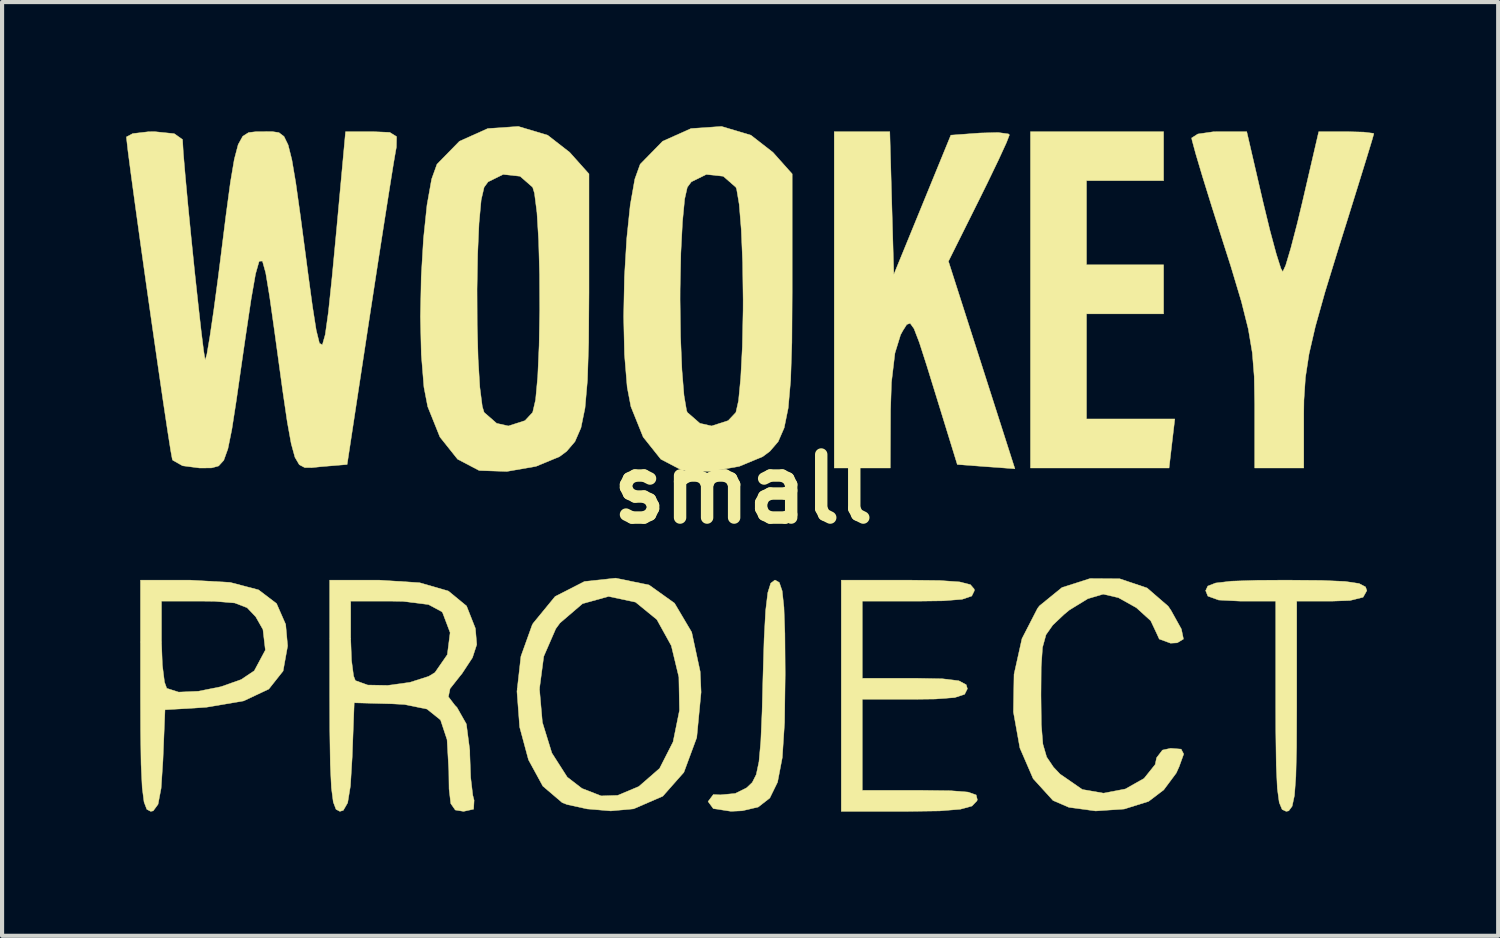
<source format=kicad_pcb>
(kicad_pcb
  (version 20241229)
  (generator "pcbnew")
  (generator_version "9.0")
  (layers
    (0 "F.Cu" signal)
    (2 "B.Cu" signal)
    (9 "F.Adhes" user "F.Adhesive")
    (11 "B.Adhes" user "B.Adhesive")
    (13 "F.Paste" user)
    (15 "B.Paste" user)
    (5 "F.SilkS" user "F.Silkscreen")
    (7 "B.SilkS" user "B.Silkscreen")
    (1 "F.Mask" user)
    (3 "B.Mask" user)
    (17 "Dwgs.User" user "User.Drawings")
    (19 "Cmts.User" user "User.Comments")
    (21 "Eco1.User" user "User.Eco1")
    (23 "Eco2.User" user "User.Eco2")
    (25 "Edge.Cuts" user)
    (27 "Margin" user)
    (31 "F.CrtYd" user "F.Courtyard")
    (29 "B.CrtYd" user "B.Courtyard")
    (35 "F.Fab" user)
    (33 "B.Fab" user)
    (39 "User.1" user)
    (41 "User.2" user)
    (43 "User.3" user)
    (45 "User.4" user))
  (footprint "small"
    (layer "F.Cu")
    (at 14.907 8.767)
    (property "Reference" "small" (at 0 0 0) (layer "F.SilkS") (effects (font (size 1.524 1.524) (thickness 0.3))))
    (attr through_hole)
    (fp_poly (pts (xy 10.16 -7.451) (xy 8.297 -7.451) (xy 8.297 -5.419) (xy 10.16 -5.419) (xy 10.16 -4.233) (xy 8.297 -4.233) (xy 8.297 -1.693) (xy 10.431 -1.693) (xy 10.361 -1.101) (xy 10.292 -0.508) (xy 6.943 -0.508) (xy 6.943 -8.636) (xy 10.16 -8.636) (xy 10.16 -7.451)) (stroke (width 0.01) (type solid)) (fill yes) (layer "F.SilkS"))
    (fp_poly (pts (xy 0.874 2.258) (xy 0.943 2.461) (xy 0.986 2.857) (xy 1.009 3.493) (xy 1.016 4.417) (xy 1.016 4.498) (xy 1.001 5.641) (xy 0.946 6.489) (xy 0.832 7.083) (xy 0.644 7.467) (xy 0.365 7.684) (xy -0.024 7.775) (xy -0.296 7.787) (xy -0.721 7.722) (xy -0.847 7.551) (xy -0.72 7.382) (xy -0.55 7.39) (xy -0.19 7.356) (xy 0.085 7.219) (xy 0.22 7.091) (xy 0.317 6.899) (xy 0.383 6.587) (xy 0.427 6.098) (xy 0.458 5.373) (xy 0.478 4.586) (xy 0.507 3.614) (xy 0.544 2.936) (xy 0.596 2.504) (xy 0.667 2.275) (xy 0.764 2.202) (xy 0.775 2.201) (xy 0.874 2.258)) (stroke (width 0.01) (type solid)) (fill yes) (layer "F.SilkS"))
    (fp_poly (pts (xy 3.592 -6.91) (xy 3.641 -5.185) (xy 4.33 -6.868) (xy 5.019 -8.551) (xy 5.727 -8.603) (xy 6.161 -8.615) (xy 6.411 -8.581) (xy 6.435 -8.558) (xy 6.364 -8.374) (xy 6.173 -7.958) (xy 5.895 -7.381) (xy 5.698 -6.982) (xy 4.961 -5.503) (xy 5.764 -2.997) (xy 6.567 -0.49) (xy 5.871 -0.541) (xy 5.175 -0.593) (xy 4.705 -2.117) (xy 4.441 -2.971) (xy 4.257 -3.543) (xy 4.129 -3.875) (xy 4.036 -4.005) (xy 3.954 -3.976) (xy 3.86 -3.828) (xy 3.804 -3.725) (xy 3.668 -3.284) (xy 3.584 -2.577) (xy 3.562 -1.905) (xy 3.556 -0.508) (xy 2.201 -0.508) (xy 2.201 -8.636) (xy 3.544 -8.636) (xy 3.592 -6.91)) (stroke (width 0.01) (type solid)) (fill yes) (layer "F.SilkS"))
    (fp_poly (pts (xy 13.978 2.208) (xy 14.548 2.233) (xy 14.884 2.283) (xy 15.04 2.365) (xy 15.071 2.455) (xy 14.98 2.615) (xy 14.666 2.693) (xy 14.224 2.709) (xy 13.377 2.709) (xy 13.377 5.249) (xy 13.373 6.243) (xy 13.356 6.946) (xy 13.322 7.404) (xy 13.266 7.665) (xy 13.184 7.776) (xy 13.123 7.789) (xy 13.024 7.743) (xy 12.954 7.574) (xy 12.908 7.233) (xy 12.882 6.676) (xy 12.871 5.853) (xy 12.869 5.249) (xy 12.869 2.709) (xy 12.023 2.709) (xy 11.49 2.682) (xy 11.23 2.588) (xy 11.176 2.455) (xy 11.228 2.344) (xy 11.419 2.27) (xy 11.802 2.226) (xy 12.43 2.205) (xy 13.123 2.201) (xy 13.978 2.208)) (stroke (width 0.01) (type solid)) (fill yes) (layer "F.SilkS"))
    (fp_poly (pts (xy 4.746 2.21) (xy 5.231 2.244) (xy 5.492 2.31) (xy 5.584 2.418) (xy 5.588 2.455) (xy 5.524 2.586) (xy 5.293 2.664) (xy 4.833 2.701) (xy 4.233 2.709) (xy 2.879 2.709) (xy 2.879 4.572) (xy 4.149 4.572) (xy 4.819 4.585) (xy 5.212 4.633) (xy 5.39 4.728) (xy 5.419 4.826) (xy 5.352 4.96) (xy 5.112 5.039) (xy 4.636 5.074) (xy 4.149 5.08) (xy 2.879 5.08) (xy 2.879 7.281) (xy 4.313 7.281) (xy 5.015 7.29) (xy 5.436 7.323) (xy 5.631 7.392) (xy 5.659 7.507) (xy 5.649 7.535) (xy 5.53 7.66) (xy 5.249 7.737) (xy 4.748 7.778) (xy 3.967 7.789) (xy 2.371 7.789) (xy 2.371 2.201) (xy 3.979 2.201) (xy 4.746 2.21)) (stroke (width 0.01) (type solid)) (fill yes) (layer "F.SilkS"))
    (fp_poly (pts (xy 12.561 -6.943) (xy 12.732 -6.24) (xy 12.883 -5.68) (xy 12.994 -5.331) (xy 13.039 -5.251) (xy 13.11 -5.404) (xy 13.234 -5.82) (xy 13.392 -6.427) (xy 13.516 -6.943) (xy 13.909 -8.636) (xy 14.574 -8.636) (xy 14.994 -8.625) (xy 15.225 -8.596) (xy 15.24 -8.585) (xy 15.192 -8.415) (xy 15.058 -7.976) (xy 14.856 -7.323) (xy 14.603 -6.51) (xy 14.393 -5.842) (xy 14.061 -4.762) (xy 13.827 -3.927) (xy 13.674 -3.263) (xy 13.587 -2.694) (xy 13.551 -2.147) (xy 13.547 -1.829) (xy 13.547 -0.508) (xy 12.361 -0.508) (xy 12.361 -2.052) (xy 12.35 -2.716) (xy 12.304 -3.29) (xy 12.207 -3.865) (xy 12.04 -4.531) (xy 11.787 -5.375) (xy 11.599 -5.963) (xy 11.33 -6.81) (xy 11.102 -7.544) (xy 10.935 -8.105) (xy 10.847 -8.431) (xy 10.837 -8.483) (xy 10.987 -8.579) (xy 11.362 -8.633) (xy 11.503 -8.636) (xy 12.169 -8.636) (xy 12.561 -6.943)) (stroke (width 0.01) (type solid)) (fill yes) (layer "F.SilkS"))
    (fp_poly (pts (xy -12.396 2.256) (xy -11.71 2.436) (xy -11.275 2.766) (xy -11.054 3.27) (xy -11.007 3.792) (xy -11.116 4.397) (xy -11.462 4.834) (xy -12.07 5.12) (xy -12.966 5.272) (xy -13.208 5.289) (xy -13.97 5.334) (xy -14.02 6.562) (xy -14.064 7.231) (xy -14.138 7.618) (xy -14.255 7.777) (xy -14.316 7.789) (xy -14.409 7.74) (xy -14.476 7.564) (xy -14.521 7.215) (xy -14.548 6.65) (xy -14.56 5.825) (xy -14.563 4.995) (xy -14.563 2.709) (xy -14.055 2.709) (xy -14.055 3.697) (xy -14.034 4.252) (xy -13.982 4.665) (xy -13.928 4.815) (xy -13.64 4.907) (xy -13.164 4.886) (xy -12.62 4.777) (xy -12.13 4.604) (xy -11.814 4.392) (xy -11.811 4.388) (xy -11.545 3.891) (xy -11.603 3.394) (xy -11.778 3.086) (xy -11.986 2.868) (xy -12.285 2.753) (xy -12.777 2.712) (xy -13.048 2.709) (xy -14.055 2.709) (xy -14.563 2.709) (xy -14.563 2.201) (xy -13.369 2.201) (xy -12.396 2.256)) (stroke (width 0.01) (type solid)) (fill yes) (layer "F.SilkS"))
    (fp_poly (pts (xy -2.273 2.319) (xy -1.658 2.758) (xy -1.243 3.459) (xy -1.038 4.41) (xy -1.016 4.909) (xy -1.121 6.005) (xy -1.432 6.846) (xy -1.942 7.423) (xy -2.647 7.728) (xy -3.198 7.778) (xy -3.768 7.73) (xy -4.256 7.623) (xy -4.373 7.577) (xy -4.84 7.179) (xy -5.187 6.543) (xy -5.4 5.752) (xy -5.465 4.89) (xy -5.458 4.828) (xy -4.922 4.828) (xy -4.851 5.637) (xy -4.622 6.379) (xy -4.25 6.961) (xy -3.895 7.234) (xy -3.431 7.415) (xy -3.031 7.402) (xy -2.529 7.191) (xy -2.518 7.185) (xy -2.019 6.751) (xy -1.693 6.11) (xy -1.538 5.347) (xy -1.553 4.544) (xy -1.736 3.785) (xy -2.085 3.154) (xy -2.598 2.735) (xy -2.602 2.733) (xy -3.251 2.595) (xy -3.881 2.77) (xy -4.426 3.237) (xy -4.527 3.375) (xy -4.818 4.044) (xy -4.922 4.828) (xy -5.458 4.828) (xy -5.369 4.041) (xy -5.099 3.288) (xy -5.076 3.246) (xy -4.543 2.596) (xy -3.835 2.234) (xy -3.08 2.153) (xy -2.273 2.319)) (stroke (width 0.01) (type solid)) (fill yes) (layer "F.SilkS"))
    (fp_poly (pts (xy 9.099 2.168) (xy 9.761 2.391) (xy 10.27 2.831) (xy 10.338 2.931) (xy 10.59 3.384) (xy 10.64 3.625) (xy 10.489 3.716) (xy 10.329 3.725) (xy 10.055 3.625) (xy 9.991 3.484) (xy 9.849 3.183) (xy 9.502 2.868) (xy 9.067 2.625) (xy 8.701 2.54) (xy 8.329 2.65) (xy 7.884 2.923) (xy 7.75 3.034) (xy 7.482 3.288) (xy 7.318 3.522) (xy 7.234 3.828) (xy 7.202 4.295) (xy 7.197 4.978) (xy 7.205 5.694) (xy 7.243 6.163) (xy 7.334 6.475) (xy 7.499 6.72) (xy 7.658 6.888) (xy 8.196 7.26) (xy 8.708 7.349) (xy 9.235 7.248) (xy 9.687 6.993) (xy 9.957 6.656) (xy 9.991 6.493) (xy 10.132 6.308) (xy 10.329 6.265) (xy 10.584 6.285) (xy 10.646 6.403) (xy 10.536 6.708) (xy 10.466 6.863) (xy 10.163 7.27) (xy 9.797 7.548) (xy 9.208 7.732) (xy 8.517 7.779) (xy 7.871 7.691) (xy 7.487 7.525) (xy 7.008 6.998) (xy 6.687 6.256) (xy 6.531 5.387) (xy 6.546 4.477) (xy 6.738 3.614) (xy 7.113 2.885) (xy 7.16 2.823) (xy 7.704 2.38) (xy 8.382 2.163) (xy 9.099 2.168)) (stroke (width 0.01) (type solid)) (fill yes) (layer "F.SilkS"))
    (fp_poly (pts (xy -4.723 -8.55) (xy -4.191 -8.136) (xy -3.725 -7.615) (xy -3.725 -4.75) (xy -3.733 -3.545) (xy -3.762 -2.63) (xy -3.821 -1.957) (xy -3.919 -1.479) (xy -4.064 -1.146) (xy -4.264 -0.912) (xy -4.437 -0.783) (xy -5.005 -0.548) (xy -5.71 -0.425) (xy -6.361 -0.447) (xy -6.387 -0.452) (xy -6.9 -0.721) (xy -7.327 -1.257) (xy -7.622 -1.992) (xy -7.713 -2.462) (xy -7.777 -3.254) (xy -7.798 -4.167) (xy -7.784 -4.83) (xy -6.43 -4.83) (xy -6.426 -3.96) (xy -6.404 -3.145) (xy -6.363 -2.464) (xy -6.303 -1.996) (xy -6.259 -1.852) (xy -5.956 -1.588) (xy -5.673 -1.524) (xy -5.272 -1.653) (xy -5.086 -1.852) (xy -5.015 -2.157) (xy -4.963 -2.721) (xy -4.93 -3.467) (xy -4.915 -4.314) (xy -4.919 -5.184) (xy -4.941 -5.999) (xy -4.982 -6.68) (xy -5.042 -7.148) (xy -5.086 -7.292) (xy -5.39 -7.558) (xy -5.799 -7.602) (xy -6.163 -7.423) (xy -6.259 -7.292) (xy -6.33 -6.987) (xy -6.382 -6.423) (xy -6.415 -5.677) (xy -6.43 -4.83) (xy -7.784 -4.83) (xy -7.779 -5.124) (xy -7.724 -6.048) (xy -7.639 -6.863) (xy -7.527 -7.491) (xy -7.398 -7.849) (xy -6.855 -8.404) (xy -6.171 -8.711) (xy -5.432 -8.762) (xy -4.723 -8.55)) (stroke (width 0.01) (type solid)) (fill yes) (layer "F.SilkS"))
    (fp_poly (pts (xy 0.188 -8.55) (xy 0.72 -8.136) (xy 1.185 -7.615) (xy 1.185 -4.75) (xy 1.178 -3.545) (xy 1.148 -2.63) (xy 1.089 -1.957) (xy 0.992 -1.479) (xy 0.847 -1.146) (xy 0.646 -0.912) (xy 0.473 -0.783) (xy -0.094 -0.548) (xy -0.799 -0.425) (xy -1.45 -0.447) (xy -1.476 -0.452) (xy -1.989 -0.721) (xy -2.416 -1.257) (xy -2.712 -1.992) (xy -2.802 -2.462) (xy -2.867 -3.254) (xy -2.887 -4.167) (xy -2.879 -4.572) (xy -1.524 -4.572) (xy -1.512 -3.672) (xy -1.479 -2.88) (xy -1.429 -2.265) (xy -1.367 -1.899) (xy -1.349 -1.852) (xy -1.045 -1.588) (xy -0.762 -1.524) (xy -0.362 -1.653) (xy -0.175 -1.852) (xy -0.111 -2.136) (xy -0.058 -2.689) (xy -0.019 -3.44) (xy -0.001 -4.317) (xy 0 -4.572) (xy -0.012 -5.472) (xy -0.045 -6.264) (xy -0.095 -6.879) (xy -0.157 -7.245) (xy -0.175 -7.292) (xy -0.48 -7.558) (xy -0.889 -7.602) (xy -1.252 -7.423) (xy -1.349 -7.292) (xy -1.413 -7.008) (xy -1.466 -6.455) (xy -1.505 -5.704) (xy -1.523 -4.827) (xy -1.524 -4.572) (xy -2.879 -4.572) (xy -2.868 -5.124) (xy -2.813 -6.048) (xy -2.728 -6.863) (xy -2.617 -7.491) (xy -2.488 -7.849) (xy -1.945 -8.404) (xy -1.26 -8.711) (xy -0.521 -8.762) (xy 0.188 -8.55)) (stroke (width 0.01) (type solid)) (fill yes) (layer "F.SilkS"))
    (fp_poly (pts (xy -7.816 2.264) (xy -7.122 2.465) (xy -6.683 2.826) (xy -6.47 3.366) (xy -6.437 3.758) (xy -6.54 4.074) (xy -6.796 4.464) (xy -6.831 4.505) (xy -7.082 4.823) (xy -7.122 5.02) (xy -6.963 5.228) (xy -6.915 5.277) (xy -6.688 5.678) (xy -6.605 6.316) (xy -6.604 6.421) (xy -6.584 6.967) (xy -6.533 7.399) (xy -6.501 7.521) (xy -6.513 7.736) (xy -6.755 7.789) (xy -6.956 7.756) (xy -7.064 7.601) (xy -7.106 7.247) (xy -7.112 6.806) (xy -7.154 6.057) (xy -7.312 5.58) (xy -7.639 5.317) (xy -8.183 5.206) (xy -8.477 5.19) (xy -9.398 5.165) (xy -9.447 6.477) (xy -9.489 7.171) (xy -9.556 7.582) (xy -9.662 7.765) (xy -9.744 7.789) (xy -9.837 7.74) (xy -9.904 7.564) (xy -9.949 7.217) (xy -9.976 6.653) (xy -9.988 5.829) (xy -9.991 4.995) (xy -9.991 2.709) (xy -9.483 2.709) (xy -9.483 3.612) (xy -9.463 4.139) (xy -9.413 4.517) (xy -9.37 4.628) (xy -9.072 4.736) (xy -8.588 4.745) (xy -8.052 4.671) (xy -7.598 4.526) (xy -7.448 4.435) (xy -7.148 4.002) (xy -7.08 3.47) (xy -7.262 2.988) (xy -7.281 2.964) (xy -7.603 2.791) (xy -8.216 2.714) (xy -8.487 2.709) (xy -9.483 2.709) (xy -9.991 2.709) (xy -9.991 2.201) (xy -8.797 2.201) (xy -7.816 2.264)) (stroke (width 0.01) (type solid)) (fill yes) (layer "F.SilkS"))
    (fp_poly (pts (xy -11.217 -8.613) (xy -11.094 -8.519) (xy -10.994 -8.314) (xy -10.904 -7.955) (xy -10.81 -7.398) (xy -10.698 -6.6) (xy -10.555 -5.519) (xy -10.52 -5.249) (xy -10.407 -4.418) (xy -10.316 -3.839) (xy -10.238 -3.523) (xy -10.168 -3.484) (xy -10.098 -3.732) (xy -10.021 -4.28) (xy -9.931 -5.14) (xy -9.819 -6.324) (xy -9.805 -6.477) (xy -9.607 -8.636) (xy -8.956 -8.636) (xy -8.538 -8.618) (xy -8.374 -8.516) (xy -8.379 -8.261) (xy -8.396 -8.17) (xy -8.448 -7.867) (xy -8.541 -7.286) (xy -8.667 -6.485) (xy -8.817 -5.522) (xy -8.981 -4.454) (xy -9.028 -4.149) (xy -9.569 -0.593) (xy -10.194 -0.541) (xy -10.422 -0.517) (xy -10.595 -0.519) (xy -10.725 -0.588) (xy -10.83 -0.767) (xy -10.921 -1.098) (xy -11.016 -1.624) (xy -11.128 -2.388) (xy -11.271 -3.43) (xy -11.323 -3.81) (xy -11.442 -4.652) (xy -11.536 -5.222) (xy -11.616 -5.509) (xy -11.695 -5.505) (xy -11.782 -5.199) (xy -11.89 -4.582) (xy -12.03 -3.643) (xy -12.104 -3.133) (xy -12.246 -2.143) (xy -12.355 -1.439) (xy -12.45 -0.972) (xy -12.55 -0.694) (xy -12.675 -0.557) (xy -12.842 -0.511) (xy -13.072 -0.508) (xy -13.132 -0.508) (xy -13.545 -0.562) (xy -13.782 -0.695) (xy -13.794 -0.72) (xy -13.833 -0.933) (xy -13.91 -1.423) (xy -14.016 -2.129) (xy -14.142 -2.993) (xy -14.281 -3.956) (xy -14.424 -4.958) (xy -14.562 -5.939) (xy -14.687 -6.841) (xy -14.791 -7.604) (xy -14.865 -8.169) (xy -14.9 -8.477) (xy -14.902 -8.509) (xy -14.751 -8.589) (xy -14.375 -8.633) (xy -14.224 -8.636) (xy -13.746 -8.587) (xy -13.547 -8.447) (xy -13.545 -8.424) (xy -13.527 -8.116) (xy -13.481 -7.575) (xy -13.416 -6.869) (xy -13.337 -6.069) (xy -13.253 -5.246) (xy -13.169 -4.47) (xy -13.095 -3.811) (xy -13.036 -3.34) (xy -13.001 -3.126) (xy -12.998 -3.121) (xy -12.958 -3.257) (xy -12.887 -3.674) (xy -12.793 -4.312) (xy -12.685 -5.115) (xy -12.635 -5.51) (xy -12.498 -6.605) (xy -12.39 -7.409) (xy -12.296 -7.967) (xy -12.202 -8.324) (xy -12.091 -8.525) (xy -11.95 -8.614) (xy -11.762 -8.636) (xy -11.587 -8.636) (xy -11.377 -8.637) (xy -11.217 -8.613)) (stroke (width 0.01) (type solid)) (fill yes) (layer "F.SilkS")))
  (gr_rect
    (start -3 -3)
    (end 33.152 19.562)
    (stroke (width 0.1) (type default))
    (fill no)
    (layer "Edge.Cuts")))
</source>
